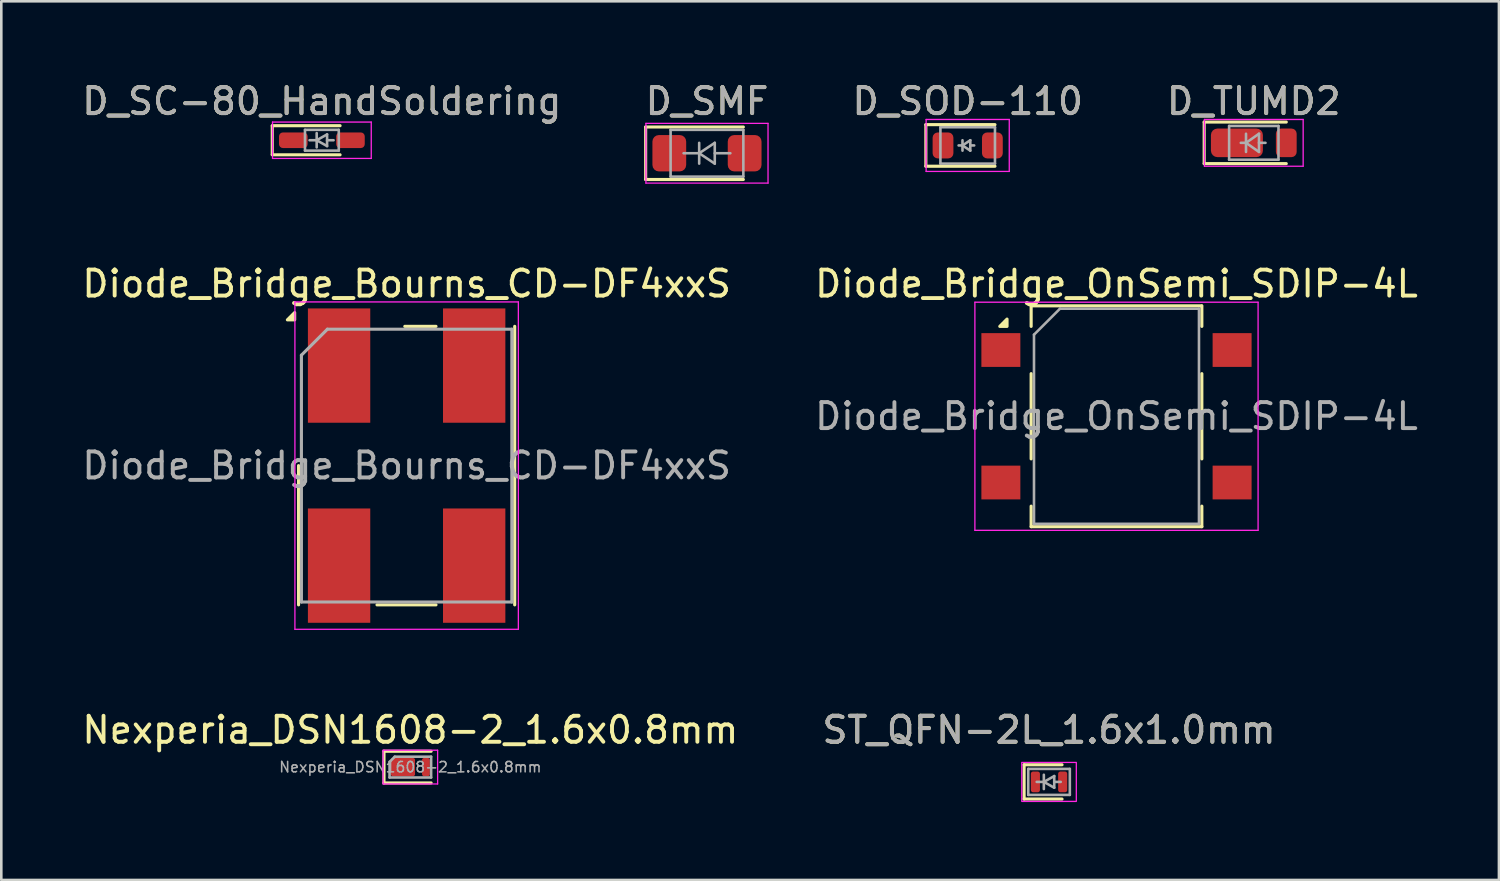
<source format=kicad_pcb>
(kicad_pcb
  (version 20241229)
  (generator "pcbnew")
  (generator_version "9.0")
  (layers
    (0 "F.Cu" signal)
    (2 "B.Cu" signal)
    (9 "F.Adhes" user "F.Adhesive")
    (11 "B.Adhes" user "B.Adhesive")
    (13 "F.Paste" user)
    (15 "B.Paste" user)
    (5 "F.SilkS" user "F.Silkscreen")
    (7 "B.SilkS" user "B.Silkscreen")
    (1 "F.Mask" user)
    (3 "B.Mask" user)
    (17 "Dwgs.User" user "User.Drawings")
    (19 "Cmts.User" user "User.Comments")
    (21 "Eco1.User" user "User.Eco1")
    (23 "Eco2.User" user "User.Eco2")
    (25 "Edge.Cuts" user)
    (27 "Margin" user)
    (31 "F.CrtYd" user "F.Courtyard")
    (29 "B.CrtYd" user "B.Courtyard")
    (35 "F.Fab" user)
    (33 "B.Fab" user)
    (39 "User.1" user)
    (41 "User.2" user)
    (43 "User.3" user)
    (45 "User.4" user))
  (footprint "Diode_Bridge_OnSemi_SDIP-4L"
    (layer "F.Cu")
    (at 39.923 12.972)
    (property "Reference" "Diode_Bridge_OnSemi_SDIP-4L" (at 0 -5.1 0) (layer "F.SilkS") (effects (font (size 1 1) (thickness 0.15))))
    (attr smd)
    (fp_line (start -3.285 -4.25) (end -3.285 -3.46) (stroke (width 0.12) (type solid)) (layer "F.SilkS"))
    (fp_line (start -3.285 -1.64) (end -3.285 1.64) (stroke (width 0.12) (type solid)) (layer "F.SilkS"))
    (fp_line (start -3.285 3.46) (end -3.285 4.25) (stroke (width 0.12) (type solid)) (layer "F.SilkS"))
    (fp_line (start -3.285 4.25) (end 3.285 4.25) (stroke (width 0.12) (type solid)) (layer "F.SilkS"))
    (fp_line (start -3.275 -4.25) (end 3.275 -4.25) (stroke (width 0.12) (type solid)) (layer "F.SilkS"))
    (fp_line (start 3.285 -3.46) (end 3.285 -4.25) (stroke (width 0.12) (type solid)) (layer "F.SilkS"))
    (fp_line (start 3.285 -1.64) (end 3.285 1.64) (stroke (width 0.12) (type solid)) (layer "F.SilkS"))
    (fp_line (start 3.285 4.25) (end 3.285 3.46) (stroke (width 0.12) (type solid)) (layer "F.SilkS"))
    (fp_poly (pts (xy -4.213 -3.46) (xy -4.492 -3.46) (xy -4.213 -3.74) (xy -4.213 -3.46)) (stroke (width 0.12) (type solid)) (fill yes) (layer "F.SilkS"))
    (fp_line (start -5.45 -4.39) (end -5.45 4.39) (stroke (width 0.05) (type solid)) (layer "F.CrtYd"))
    (fp_line (start -5.45 -4.39) (end 5.45 -4.39) (stroke (width 0.05) (type solid)) (layer "F.CrtYd"))
    (fp_line (start 5.45 4.39) (end -5.45 4.39) (stroke (width 0.05) (type solid)) (layer "F.CrtYd"))
    (fp_line (start 5.45 4.39) (end 5.45 -4.39) (stroke (width 0.05) (type solid)) (layer "F.CrtYd"))
    (fp_line (start -3.175 -3.14) (end -2.175 -4.14) (stroke (width 0.1) (type solid)) (layer "F.Fab"))
    (fp_line (start -3.175 4.14) (end -3.175 -3.14) (stroke (width 0.1) (type solid)) (layer "F.Fab"))
    (fp_line (start -2.175 -4.14) (end 3.175 -4.14) (stroke (width 0.1) (type solid)) (layer "F.Fab"))
    (fp_line (start 3.175 -4.14) (end 3.175 4.14) (stroke (width 0.1) (type solid)) (layer "F.Fab"))
    (fp_line (start 3.175 4.14) (end -3.175 4.14) (stroke (width 0.1) (type solid)) (layer "F.Fab"))
    (fp_text user "${REFERENCE}" (at 0 0 0) (layer "F.Fab") (effects (font (size 1 1) (thickness 0.15))))
    (pad "1" smd rect (at -4.45 -2.55) (size 1.5 1.3) (layers "F.Cu" "F.Mask" "F.Paste"))
    (pad "2" smd rect (at -4.45 2.55) (size 1.5 1.3) (layers "F.Cu" "F.Mask" "F.Paste"))
    (pad "3" smd rect (at 4.45 2.55) (size 1.5 1.3) (layers "F.Cu" "F.Mask" "F.Paste"))
    (pad "4" smd rect (at 4.45 -2.55) (size 1.5 1.3) (layers "F.Cu" "F.Mask" "F.Paste")))
  (footprint "Nexperia_DSN1608-2_1.6x0.8mm"
    (layer "F.Cu")
    (at 12.744 26.475)
    (property "Reference" "Nexperia_DSN1608-2_1.6x0.8mm" (at 0 -1.43 0) (layer "F.SilkS") (effects (font (size 1 1) (thickness 0.15))))
    (attr smd)
    (fp_line (start -1.015 -0.61) (end -1.015 0.61) (stroke (width 0.12) (type solid)) (layer "F.SilkS"))
    (fp_line (start -1.015 0.61) (end 0.8 0.61) (stroke (width 0.12) (type solid)) (layer "F.SilkS"))
    (fp_line (start 0.8 -0.61) (end -1.015 -0.61) (stroke (width 0.12) (type solid)) (layer "F.SilkS"))
    (fp_line (start -1.05 -0.65) (end 1.05 -0.65) (stroke (width 0.05) (type solid)) (layer "F.CrtYd"))
    (fp_line (start -1.05 0.65) (end -1.05 -0.65) (stroke (width 0.05) (type solid)) (layer "F.CrtYd"))
    (fp_line (start 1.05 0.65) (end -1.05 0.65) (stroke (width 0.05) (type solid)) (layer "F.CrtYd"))
    (fp_line (start 1.05 0.65) (end 1.05 -0.65) (stroke (width 0.05) (type solid)) (layer "F.CrtYd"))
    (fp_line (start -0.8 -0.2) (end -0.8 0.4) (stroke (width 0.1) (type solid)) (layer "F.Fab"))
    (fp_line (start -0.8 0.4) (end 0.8 0.4) (stroke (width 0.1) (type solid)) (layer "F.Fab"))
    (fp_line (start -0.6 -0.4) (end -0.8 -0.2) (stroke (width 0.1) (type solid)) (layer "F.Fab"))
    (fp_line (start 0.8 -0.4) (end -0.6 -0.4) (stroke (width 0.1) (type solid)) (layer "F.Fab"))
    (fp_line (start 0.8 0.4) (end 0.8 -0.4) (stroke (width 0.1) (type solid)) (layer "F.Fab"))
    (fp_text user "${REFERENCE}" (at 0 0 0) (layer "F.Fab") (effects (font (size 0.4 0.4) (thickness 0.06))))
    (pad "1" smd roundrect (at -0.285 0) (size 0.93 0.7) (layers "F.Cu" "F.Mask" "F.Paste") (roundrect_rratio 0.107))
    (pad "2" smd roundrect (at 0.6 0) (size 0.3 0.7) (layers "F.Cu" "F.Mask" "F.Paste") (roundrect_rratio 0.25)))
  (footprint "D_SOD-110"
    (layer "F.Cu")
    (at 34.196 2.548)
    (property "Reference" "D_SOD-110" (at 0 -1.7 0) (layer "F.SilkS") (effects (font (size 1 1) (thickness 0.15))))
    (attr smd)
    (fp_line (start -1.61 -0.8) (end -1.61 0.8) (stroke (width 0.12) (type solid)) (layer "F.SilkS"))
    (fp_line (start -1.61 -0.8) (end 1.05 -0.8) (stroke (width 0.12) (type solid)) (layer "F.SilkS"))
    (fp_line (start -1.61 0.8) (end 1.05 0.8) (stroke (width 0.12) (type solid)) (layer "F.SilkS"))
    (fp_line (start -1.6 -1) (end -1.6 1) (stroke (width 0.05) (type solid)) (layer "F.CrtYd"))
    (fp_line (start -1.6 -1) (end 1.6 -1) (stroke (width 0.05) (type solid)) (layer "F.CrtYd"))
    (fp_line (start 1.6 -1) (end 1.6 1) (stroke (width 0.05) (type solid)) (layer "F.CrtYd"))
    (fp_line (start 1.6 1) (end -1.6 1) (stroke (width 0.05) (type solid)) (layer "F.CrtYd"))
    (fp_line (start -1.05 -0.7) (end -1.05 0.7) (stroke (width 0.1) (type solid)) (layer "F.Fab"))
    (fp_line (start -1.05 0.7) (end 1.05 0.7) (stroke (width 0.1) (type solid)) (layer "F.Fab"))
    (fp_line (start -0.2 0) (end -0.35 0) (stroke (width 0.1) (type solid)) (layer "F.Fab"))
    (fp_line (start -0.2 0) (end 0.1 0.2) (stroke (width 0.1) (type solid)) (layer "F.Fab"))
    (fp_line (start -0.2 0.2) (end -0.2 -0.2) (stroke (width 0.1) (type solid)) (layer "F.Fab"))
    (fp_line (start 0.1 -0.2) (end -0.2 0) (stroke (width 0.1) (type solid)) (layer "F.Fab"))
    (fp_line (start 0.1 0) (end 0.25 0) (stroke (width 0.1) (type solid)) (layer "F.Fab"))
    (fp_line (start 0.1 0.2) (end 0.1 -0.2) (stroke (width 0.1) (type solid)) (layer "F.Fab"))
    (fp_line (start 1.05 -0.7) (end -1.05 -0.7) (stroke (width 0.1) (type solid)) (layer "F.Fab"))
    (fp_line (start 1.05 0.7) (end 1.05 -0.7) (stroke (width 0.1) (type solid)) (layer "F.Fab"))
    (fp_text user "${REFERENCE}" (at 0 -1.7 0) (layer "F.Fab") (effects (font (size 1 1) (thickness 0.15))))
    (pad "1" smd roundrect (at -0.95 0) (size 0.8 1) (layers "F.Cu" "F.Mask" "F.Paste") (roundrect_rratio 0.25))
    (pad "2" smd roundrect (at 0.95 0) (size 0.8 1) (layers "F.Cu" "F.Mask" "F.Paste") (roundrect_rratio 0.25)))
  (footprint "D_SC-80_HandSoldering"
    (layer "F.Cu")
    (at 9.339 2.348)
    (property "Reference" "D_SC-80_HandSoldering" (at 0 -1.5 0) (layer "F.SilkS") (effects (font (size 1 1) (thickness 0.15))))
    (attr smd)
    (fp_line (start -1.91 -0.56) (end 0.7 -0.56) (stroke (width 0.12) (type solid)) (layer "F.SilkS"))
    (fp_line (start -1.91 -0.55) (end -1.91 0.55) (stroke (width 0.12) (type solid)) (layer "F.SilkS"))
    (fp_line (start -1.91 0.56) (end 0.7 0.56) (stroke (width 0.12) (type solid)) (layer "F.SilkS"))
    (fp_line (start -1.9 0.7) (end -1.9 -0.7) (stroke (width 0.05) (type solid)) (layer "F.CrtYd"))
    (fp_line (start -1.9 0.7) (end 1.9 0.7) (stroke (width 0.05) (type solid)) (layer "F.CrtYd"))
    (fp_line (start 1.9 -0.7) (end -1.9 -0.7) (stroke (width 0.05) (type solid)) (layer "F.CrtYd"))
    (fp_line (start 1.9 -0.7) (end 1.9 0.7) (stroke (width 0.05) (type solid)) (layer "F.CrtYd"))
    (fp_line (start -0.65 -0.4) (end 0.65 -0.4) (stroke (width 0.1) (type solid)) (layer "F.Fab"))
    (fp_line (start -0.65 0.4) (end -0.65 -0.4) (stroke (width 0.1) (type solid)) (layer "F.Fab"))
    (fp_line (start -0.2 -0.275) (end -0.2 0.275) (stroke (width 0.1) (type solid)) (layer "F.Fab"))
    (fp_line (start -0.2 0) (end -0.475 0) (stroke (width 0.1) (type solid)) (layer "F.Fab"))
    (fp_line (start -0.2 0) (end 0.2 -0.225) (stroke (width 0.1) (type solid)) (layer "F.Fab"))
    (fp_line (start 0.2 -0.225) (end 0.2 0.225) (stroke (width 0.1) (type solid)) (layer "F.Fab"))
    (fp_line (start 0.2 0) (end 0.45 0) (stroke (width 0.1) (type solid)) (layer "F.Fab"))
    (fp_line (start 0.2 0.225) (end -0.2 0) (stroke (width 0.1) (type solid)) (layer "F.Fab"))
    (fp_line (start 0.65 -0.4) (end 0.65 0.4) (stroke (width 0.1) (type solid)) (layer "F.Fab"))
    (fp_line (start 0.65 0.4) (end -0.65 0.4) (stroke (width 0.1) (type solid)) (layer "F.Fab"))
    (fp_text user "${REFERENCE}" (at 0 -1.5 0) (layer "F.Fab") (effects (font (size 1 1) (thickness 0.15))))
    (pad "1" smd roundrect (at -1.1 0) (size 1.1 0.6) (layers "F.Cu" "F.Mask" "F.Paste") (roundrect_rratio 0.25))
    (pad "2" smd roundrect (at 1.1 0) (size 1.1 0.6) (layers "F.Cu" "F.Mask" "F.Paste") (roundrect_rratio 0.25)))
  (footprint "D_TUMD2"
    (layer "F.Cu")
    (at 45.208 2.448)
    (property "Reference" "D_TUMD2" (at 0 -1.6 0) (layer "F.SilkS") (effects (font (size 1 1) (thickness 0.15))))
    (attr smd)
    (fp_line (start -1.91 -0.8) (end 1.25 -0.8) (stroke (width 0.12) (type solid)) (layer "F.SilkS"))
    (fp_line (start -1.91 0.8) (end -1.91 -0.8) (stroke (width 0.12) (type solid)) (layer "F.SilkS"))
    (fp_line (start 1.25 0.8) (end -1.91 0.8) (stroke (width 0.12) (type solid)) (layer "F.SilkS"))
    (fp_line (start -1.9 -0.9) (end 1.9 -0.9) (stroke (width 0.05) (type solid)) (layer "F.CrtYd"))
    (fp_line (start -1.9 0.9) (end -1.9 -0.9) (stroke (width 0.05) (type solid)) (layer "F.CrtYd"))
    (fp_line (start 1.9 -0.9) (end 1.9 0.9) (stroke (width 0.05) (type solid)) (layer "F.CrtYd"))
    (fp_line (start 1.9 0.9) (end -1.9 0.9) (stroke (width 0.05) (type solid)) (layer "F.CrtYd"))
    (fp_line (start -0.95 -0.65) (end 0.95 -0.65) (stroke (width 0.1) (type solid)) (layer "F.Fab"))
    (fp_line (start -0.95 0.65) (end -0.95 -0.65) (stroke (width 0.1) (type solid)) (layer "F.Fab"))
    (fp_line (start -0.3 -0.35) (end -0.3 0.35) (stroke (width 0.1) (type solid)) (layer "F.Fab"))
    (fp_line (start -0.3 0) (end -0.5 0) (stroke (width 0.1) (type solid)) (layer "F.Fab"))
    (fp_line (start -0.3 0) (end 0.2 -0.35) (stroke (width 0.1) (type solid)) (layer "F.Fab"))
    (fp_line (start 0.2 -0.35) (end 0.2 0.35) (stroke (width 0.1) (type solid)) (layer "F.Fab"))
    (fp_line (start 0.2 0) (end 0.45 0) (stroke (width 0.1) (type solid)) (layer "F.Fab"))
    (fp_line (start 0.2 0.35) (end -0.3 0) (stroke (width 0.1) (type solid)) (layer "F.Fab"))
    (fp_line (start 0.95 -0.65) (end 0.95 0.65) (stroke (width 0.1) (type solid)) (layer "F.Fab"))
    (fp_line (start 0.95 0.65) (end -0.95 0.65) (stroke (width 0.1) (type solid)) (layer "F.Fab"))
    (fp_text user "${REFERENCE}" (at 0 -1.6 0) (layer "F.Fab") (effects (font (size 1 1) (thickness 0.15))))
    (pad "1" smd roundrect (at -0.65 0 180) (size 2 1.1) (layers "F.Cu" "F.Mask" "F.Paste") (roundrect_rratio 0.227))
    (pad "2" smd roundrect (at 1.25 0 180) (size 0.8 1.1) (layers "F.Cu" "F.Mask" "F.Paste") (roundrect_rratio 0.25)))
  (footprint "ST_QFN-2L_1.6x1.0mm"
    (layer "F.Cu")
    (at 37.327 27.045)
    (property "Reference" "ST_QFN-2L_1.6x1.0mm" (at 0 -2 0) (layer "F.SilkS") (effects (font (size 1 1) (thickness 0.15))))
    (attr smd)
    (fp_line (start -0.96 -0.66) (end -0.96 0.66) (stroke (width 0.12) (type solid)) (layer "F.SilkS"))
    (fp_line (start -0.96 0.66) (end 0.5 0.66) (stroke (width 0.12) (type solid)) (layer "F.SilkS"))
    (fp_line (start 0.5 -0.66) (end -0.96 -0.66) (stroke (width 0.12) (type solid)) (layer "F.SilkS"))
    (fp_rect (start 1.05 0.75) (end -1.05 -0.75) (stroke (width 0.05) (type default)) (fill no) (layer "F.CrtYd"))
    (fp_line (start -0.8 -0.5) (end -0.8 0.5) (stroke (width 0.1) (type solid)) (layer "F.Fab"))
    (fp_line (start -0.8 -0.5) (end 0.8 -0.5) (stroke (width 0.1) (type solid)) (layer "F.Fab"))
    (fp_line (start -0.2 -0.275) (end -0.2 0.275) (stroke (width 0.1) (type solid)) (layer "F.Fab"))
    (fp_line (start -0.2 0) (end -0.475 0) (stroke (width 0.1) (type solid)) (layer "F.Fab"))
    (fp_line (start -0.2 0) (end 0.2 -0.225) (stroke (width 0.1) (type solid)) (layer "F.Fab"))
    (fp_line (start 0.2 -0.225) (end 0.2 0.225) (stroke (width 0.1) (type solid)) (layer "F.Fab"))
    (fp_line (start 0.2 0) (end 0.45 0) (stroke (width 0.1) (type solid)) (layer "F.Fab"))
    (fp_line (start 0.2 0.225) (end -0.2 0) (stroke (width 0.1) (type solid)) (layer "F.Fab"))
    (fp_line (start 0.8 -0.5) (end 0.8 0.5) (stroke (width 0.1) (type solid)) (layer "F.Fab"))
    (fp_line (start 0.8 0.5) (end -0.8 0.5) (stroke (width 0.1) (type solid)) (layer "F.Fab"))
    (fp_text user "${REFERENCE}" (at 0 -2 0) (layer "F.Fab") (effects (font (size 1 1) (thickness 0.15))))
    (pad "1" smd roundrect (at -0.525 0) (size 0.35 0.8) (layers "F.Cu" "F.Mask" "F.Paste") (roundrect_rratio 0.25))
    (pad "2" smd roundrect (at 0.525 0) (size 0.35 0.8) (layers "F.Cu" "F.Mask" "F.Paste") (roundrect_rratio 0.25)))
  (footprint "D_SMF"
    (layer "F.Cu")
    (at 24.161 2.848)
    (property "Reference" "D_SMF" (at 0 -2 0) (layer "F.SilkS") (effects (font (size 1 1) (thickness 0.15))))
    (attr smd)
    (fp_line (start -2.36 -1.01) (end -2.36 1.01) (stroke (width 0.12) (type solid)) (layer "F.SilkS"))
    (fp_line (start -2.36 -1.01) (end 1.4 -1.01) (stroke (width 0.12) (type solid)) (layer "F.SilkS"))
    (fp_line (start -2.36 1.01) (end 1.4 1.01) (stroke (width 0.12) (type solid)) (layer "F.SilkS"))
    (fp_line (start -2.35 -1.15) (end 2.35 -1.15) (stroke (width 0.05) (type solid)) (layer "F.CrtYd"))
    (fp_line (start -2.35 1.15) (end -2.35 -1.15) (stroke (width 0.05) (type solid)) (layer "F.CrtYd"))
    (fp_line (start 2.35 -1.15) (end 2.35 1.15) (stroke (width 0.05) (type solid)) (layer "F.CrtYd"))
    (fp_line (start 2.35 1.15) (end -2.35 1.15) (stroke (width 0.05) (type solid)) (layer "F.CrtYd"))
    (fp_line (start -1.4 0.9) (end -1.4 -0.9) (stroke (width 0.1) (type solid)) (layer "F.Fab"))
    (fp_line (start -0.3 -0.4) (end -0.3 0.4) (stroke (width 0.1) (type solid)) (layer "F.Fab"))
    (fp_line (start -0.3 0) (end -0.9 0) (stroke (width 0.1) (type solid)) (layer "F.Fab"))
    (fp_line (start -0.3 0) (end 0.3 -0.4) (stroke (width 0.1) (type solid)) (layer "F.Fab"))
    (fp_line (start -0.3 0.001) (end 0.3 0.4) (stroke (width 0.1) (type solid)) (layer "F.Fab"))
    (fp_line (start 0.3 0) (end 0.9 0) (stroke (width 0.1) (type solid)) (layer "F.Fab"))
    (fp_line (start 0.3 0.4) (end 0.3 -0.4) (stroke (width 0.1) (type solid)) (layer "F.Fab"))
    (fp_line (start 1.4 -0.9) (end -1.4 -0.9) (stroke (width 0.1) (type solid)) (layer "F.Fab"))
    (fp_line (start 1.4 -0.9) (end 1.4 0.9) (stroke (width 0.1) (type solid)) (layer "F.Fab"))
    (fp_line (start 1.4 0.9) (end -1.4 0.9) (stroke (width 0.1) (type solid)) (layer "F.Fab"))
    (fp_text user "${REFERENCE}" (at 0 -2 0) (layer "F.Fab") (effects (font (size 1 1) (thickness 0.15))))
    (pad "1" smd roundrect (at -1.45 0) (size 1.3 1.4) (layers "F.Cu" "F.Mask" "F.Paste") (roundrect_rratio 0.192))
    (pad "2" smd roundrect (at 1.45 0) (size 1.3 1.4) (layers "F.Cu" "F.Mask" "F.Paste") (roundrect_rratio 0.192)))
  (footprint "Diode_Bridge_Bourns_CD-DF4xxS"
    (layer "F.Cu")
    (at 12.601 14.871)
    (property "Reference" "Diode_Bridge_Bourns_CD-DF4xxS" (at 0 -7 0) (layer "F.SilkS") (effects (font (size 1 1) (thickness 0.15))))
    (attr smd)
    (fp_line (start -4.16 0) (end -4.16 5.36) (stroke (width 0.12) (type solid)) (layer "F.SilkS"))
    (fp_line (start -1.14 5.36) (end 1.13 5.36) (stroke (width 0.12) (type solid)) (layer "F.SilkS"))
    (fp_line (start -0.07 -5.36) (end 1.13 -5.36) (stroke (width 0.12) (type solid)) (layer "F.SilkS"))
    (fp_line (start 4.16 -5.36) (end 4.16 5.36) (stroke (width 0.12) (type solid)) (layer "F.SilkS"))
    (fp_poly (pts (xy -4.31 -5.61) (xy -4.59 -5.61) (xy -4.31 -5.89) (xy -4.31 -5.61)) (stroke (width 0.12) (type solid)) (fill yes) (layer "F.SilkS"))
    (fp_line (start -4.3 -6.3) (end -4.3 6.3) (stroke (width 0.05) (type solid)) (layer "F.CrtYd"))
    (fp_line (start -4.3 -6.3) (end 4.3 -6.3) (stroke (width 0.05) (type solid)) (layer "F.CrtYd"))
    (fp_line (start 4.3 6.3) (end -4.3 6.3) (stroke (width 0.05) (type solid)) (layer "F.CrtYd"))
    (fp_line (start 4.3 6.3) (end 4.3 -6.3) (stroke (width 0.05) (type solid)) (layer "F.CrtYd"))
    (fp_line (start -4.05 -4.25) (end -3.05 -5.25) (stroke (width 0.12) (type solid)) (layer "F.Fab"))
    (fp_line (start -4.05 5.25) (end -4.05 -4.25) (stroke (width 0.12) (type solid)) (layer "F.Fab"))
    (fp_line (start -3.05 -5.25) (end 4.05 -5.25) (stroke (width 0.12) (type solid)) (layer "F.Fab"))
    (fp_line (start 4.05 -5.25) (end 4.05 5.25) (stroke (width 0.12) (type solid)) (layer "F.Fab"))
    (fp_line (start 4.05 5.25) (end -4.05 5.25) (stroke (width 0.12) (type solid)) (layer "F.Fab"))
    (fp_text user "${REFERENCE}" (at 0 0 0) (layer "F.Fab") (effects (font (size 1 1) (thickness 0.15))))
    (pad "1" smd rect (at -2.6 -3.85) (size 2.4 4.4) (layers "F.Cu" "F.Mask" "F.Paste"))
    (pad "2" smd rect (at -2.6 3.85) (size 2.4 4.4) (layers "F.Cu" "F.Mask" "F.Paste"))
    (pad "3" smd rect (at 2.6 3.85) (size 2.4 4.4) (layers "F.Cu" "F.Mask" "F.Paste"))
    (pad "4" smd rect (at 2.6 -3.85) (size 2.4 4.4) (layers "F.Cu" "F.Mask" "F.Paste")))
  (gr_rect
    (start -3 -3)
    (end 54.643 30.82)
    (stroke (width 0.1) (type default))
    (fill no)
    (layer "Edge.Cuts")))
</source>
